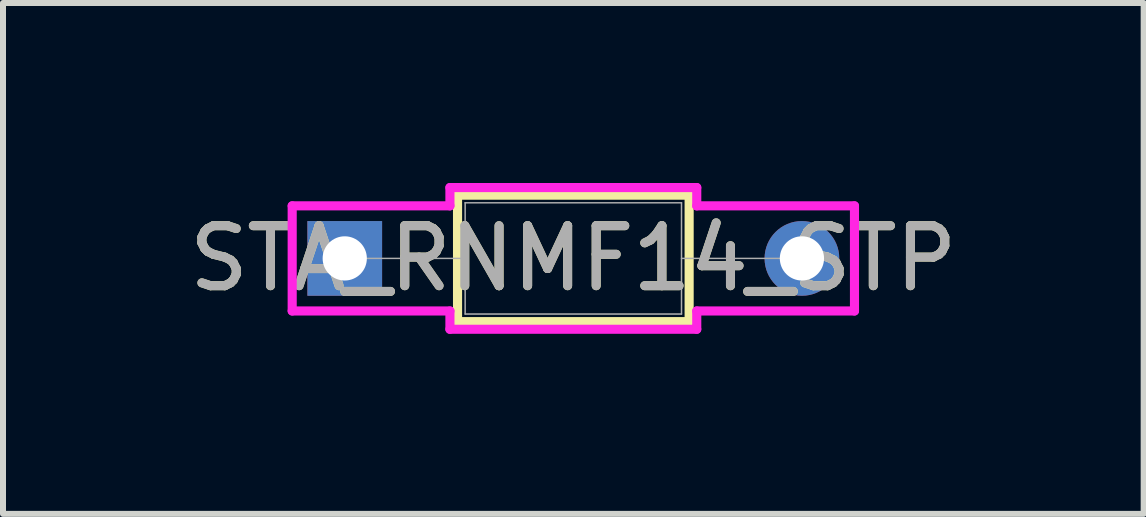
<source format=kicad_pcb>
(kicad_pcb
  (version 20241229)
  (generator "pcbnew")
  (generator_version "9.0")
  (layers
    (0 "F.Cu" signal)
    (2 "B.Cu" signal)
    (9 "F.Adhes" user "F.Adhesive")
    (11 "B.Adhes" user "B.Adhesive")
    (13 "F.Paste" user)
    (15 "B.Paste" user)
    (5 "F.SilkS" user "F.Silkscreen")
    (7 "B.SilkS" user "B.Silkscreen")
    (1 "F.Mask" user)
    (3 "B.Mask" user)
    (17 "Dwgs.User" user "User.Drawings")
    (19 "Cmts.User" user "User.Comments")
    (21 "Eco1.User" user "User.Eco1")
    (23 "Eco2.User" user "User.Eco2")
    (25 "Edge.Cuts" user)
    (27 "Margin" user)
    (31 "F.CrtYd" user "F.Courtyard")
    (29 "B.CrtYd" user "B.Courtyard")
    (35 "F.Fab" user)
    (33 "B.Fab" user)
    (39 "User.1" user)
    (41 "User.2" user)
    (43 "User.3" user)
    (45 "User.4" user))
  (footprint "STA_RNMF14_STP"
    (layer "F.Cu")
    (at 2.696 1.257)
    (property "Reference" "STA_RNMF14_STP" (at 3.81 0 0) (unlocked yes) (layer "F.SilkS") (effects (font (size 1 1) (thickness 0.15))))
    (attr through_hole)
    (fp_line (start 1.88 -1.054) (end 1.88 1.054) (stroke (width 0.152) (type solid)) (layer "F.SilkS"))
    (fp_line (start 1.88 1.054) (end 5.74 1.054) (stroke (width 0.152) (type solid)) (layer "F.SilkS"))
    (fp_line (start 5.74 -1.054) (end 1.88 -1.054) (stroke (width 0.152) (type solid)) (layer "F.SilkS"))
    (fp_line (start 5.74 1.054) (end 5.74 -1.054) (stroke (width 0.152) (type solid)) (layer "F.SilkS"))
    (fp_line (start -0.876 -0.876) (end 1.753 -0.876) (stroke (width 0.152) (type solid)) (layer "F.CrtYd"))
    (fp_line (start -0.876 0.876) (end -0.876 -0.876) (stroke (width 0.152) (type solid)) (layer "F.CrtYd"))
    (fp_line (start 1.753 -1.181) (end 5.867 -1.181) (stroke (width 0.152) (type solid)) (layer "F.CrtYd"))
    (fp_line (start 1.753 -0.876) (end 1.753 -1.181) (stroke (width 0.152) (type solid)) (layer "F.CrtYd"))
    (fp_line (start 1.753 0.876) (end -0.876 0.876) (stroke (width 0.152) (type solid)) (layer "F.CrtYd"))
    (fp_line (start 1.753 1.181) (end 1.753 0.876) (stroke (width 0.152) (type solid)) (layer "F.CrtYd"))
    (fp_line (start 5.867 -1.181) (end 5.867 -0.876) (stroke (width 0.152) (type solid)) (layer "F.CrtYd"))
    (fp_line (start 5.867 -0.876) (end 8.496 -0.876) (stroke (width 0.152) (type solid)) (layer "F.CrtYd"))
    (fp_line (start 5.867 0.876) (end 5.867 1.181) (stroke (width 0.152) (type solid)) (layer "F.CrtYd"))
    (fp_line (start 5.867 1.181) (end 1.753 1.181) (stroke (width 0.152) (type solid)) (layer "F.CrtYd"))
    (fp_line (start 8.496 -0.876) (end 8.496 0.876) (stroke (width 0.152) (type solid)) (layer "F.CrtYd"))
    (fp_line (start 8.496 0.876) (end 5.867 0.876) (stroke (width 0.152) (type solid)) (layer "F.CrtYd"))
    (fp_line (start 0 0) (end 2.007 0) (stroke (width 0.025) (type solid)) (layer "F.Fab"))
    (fp_line (start 2.007 -0.927) (end 2.007 0.927) (stroke (width 0.025) (type solid)) (layer "F.Fab"))
    (fp_line (start 2.007 0.927) (end 5.613 0.927) (stroke (width 0.025) (type solid)) (layer "F.Fab"))
    (fp_line (start 5.613 -0.927) (end 2.007 -0.927) (stroke (width 0.025) (type solid)) (layer "F.Fab"))
    (fp_line (start 5.613 0.927) (end 5.613 -0.927) (stroke (width 0.025) (type solid)) (layer "F.Fab"))
    (fp_line (start 7.62 0) (end 5.613 0) (stroke (width 0.025) (type solid)) (layer "F.Fab"))
    (fp_text user "${REFERENCE}" (at 3.81 0 0) (unlocked yes) (layer "F.Fab") (effects (font (size 1 1) (thickness 0.15))))
    (pad "1" thru_hole rect (at 0 0) (size 1.245 1.245) (drill 0.737) (layers "*.Cu" "*.Mask"))
    (pad "2" thru_hole circle (at 7.62 0) (size 1.245 1.245) (drill 0.737) (layers "*.Cu" "*.Mask")))
  (gr_rect
    (start -3 -3)
    (end 16.012 5.515)
    (stroke (width 0.1) (type default))
    (fill no)
    (layer "Edge.Cuts")))
</source>
